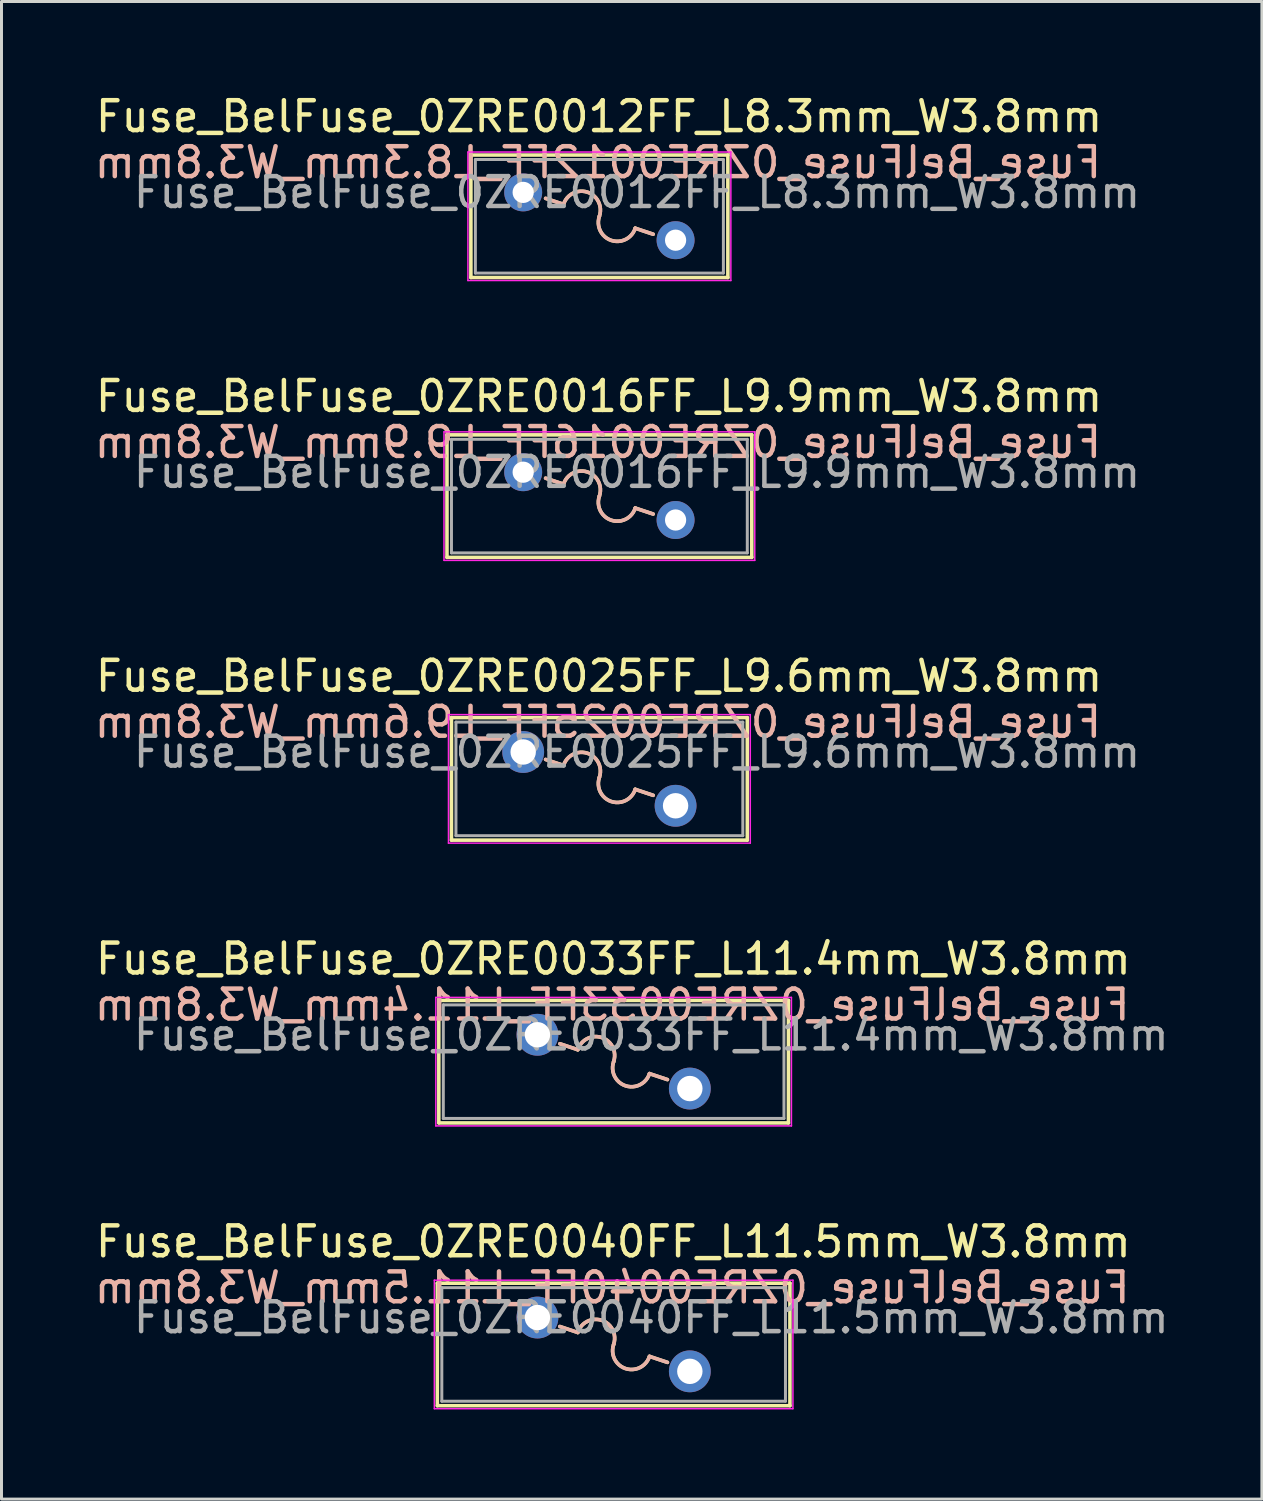
<source format=kicad_pcb>
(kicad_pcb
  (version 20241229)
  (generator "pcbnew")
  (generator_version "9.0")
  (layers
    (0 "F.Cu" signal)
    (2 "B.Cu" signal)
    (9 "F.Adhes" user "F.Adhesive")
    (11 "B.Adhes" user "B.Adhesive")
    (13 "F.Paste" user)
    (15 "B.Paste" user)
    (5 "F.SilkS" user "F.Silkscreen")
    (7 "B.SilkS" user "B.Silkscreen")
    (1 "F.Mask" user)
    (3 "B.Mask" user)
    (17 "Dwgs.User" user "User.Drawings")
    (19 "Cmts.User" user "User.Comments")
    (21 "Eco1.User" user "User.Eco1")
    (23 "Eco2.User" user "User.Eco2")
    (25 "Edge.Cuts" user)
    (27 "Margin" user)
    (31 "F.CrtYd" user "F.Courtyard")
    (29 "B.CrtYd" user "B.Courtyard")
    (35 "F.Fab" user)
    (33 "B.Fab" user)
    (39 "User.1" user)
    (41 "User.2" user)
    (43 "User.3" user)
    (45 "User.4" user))
  (footprint "Fuse_BelFuse_0ZRE0025FF_L9.6mm_W3.8mm"
    (layer "F.Cu")
    (at 14.458 22.115)
    (property "Reference" "Fuse_BelFuse_0ZRE0025FF_L9.6mm_W3.8mm" (at 2.54 -2.54 0) (layer "F.SilkS") (effects (font (size 1 1) (thickness 0.15))))
    (fp_line (start -2.4 -1.15) (end -2.4 2.95) (stroke (width 0.12) (type solid)) (layer "F.SilkS"))
    (fp_line (start -2.4 -1.15) (end 7.5 -1.15) (stroke (width 0.12) (type solid)) (layer "F.SilkS"))
    (fp_line (start -2.4 2.95) (end 7.5 2.95) (stroke (width 0.12) (type solid)) (layer "F.SilkS"))
    (fp_line (start 0.75 0.25) (end 1.35 0.45) (stroke (width 0.12) (type solid)) (layer "F.SilkS"))
    (fp_line (start 3.75 1.25) (end 4.35 1.45) (stroke (width 0.12) (type solid)) (layer "F.SilkS"))
    (fp_line (start 7.5 -1.15) (end 7.5 2.95) (stroke (width 0.12) (type solid)) (layer "F.SilkS"))
    (fp_arc (start 1.350003 0.450002) (mid 2.150001 0.050002) (end 2.550001 0.85) (stroke (width 0.12) (type solid)) (layer "F.SilkS"))
    (fp_arc (start 3.749999 1.249998) (mid 2.950001 1.649998) (end 2.550001 0.85) (stroke (width 0.12) (type solid)) (layer "F.SilkS"))
    (fp_line (start 0.75 0.25) (end 1.35 0.45) (stroke (width 0.12) (type solid)) (layer "B.SilkS"))
    (fp_line (start 3.75 1.25) (end 4.35 1.45) (stroke (width 0.12) (type solid)) (layer "B.SilkS"))
    (fp_arc (start 1.350003 0.450002) (mid 2.150001 0.050002) (end 2.550001 0.85) (stroke (width 0.12) (type solid)) (layer "B.SilkS"))
    (fp_arc (start 3.749999 1.249998) (mid 2.950001 1.649998) (end 2.550001 0.85) (stroke (width 0.12) (type solid)) (layer "B.SilkS"))
    (fp_line (start -2.5 -1.25) (end -2.5 3.05) (stroke (width 0.05) (type solid)) (layer "F.CrtYd"))
    (fp_line (start -2.5 -1.25) (end 7.6 -1.25) (stroke (width 0.05) (type solid)) (layer "F.CrtYd"))
    (fp_line (start -2.5 3.05) (end 7.6 3.05) (stroke (width 0.05) (type solid)) (layer "F.CrtYd"))
    (fp_line (start 7.6 -1.25) (end 7.6 3.05) (stroke (width 0.05) (type solid)) (layer "F.CrtYd"))
    (fp_line (start -2.25 -1) (end -2.25 2.8) (stroke (width 0.1) (type solid)) (layer "F.Fab"))
    (fp_line (start -2.25 -1) (end 7.35 -1) (stroke (width 0.1) (type solid)) (layer "F.Fab"))
    (fp_line (start -2.25 2.8) (end 7.35 2.8) (stroke (width 0.1) (type solid)) (layer "F.Fab"))
    (fp_line (start 7.35 -1) (end 7.35 2.8) (stroke (width 0.1) (type solid)) (layer "F.Fab"))
    (fp_text user "${REFERENCE}" (at 2.5 -1 0) (layer "B.SilkS") (effects (font (size 1 1) (thickness 0.15)) (justify mirror)))
    (fp_text user "${REFERENCE}" (at 3.81 0 0) (layer "F.Fab") (effects (font (size 1 1) (thickness 0.15))))
    (pad "1" thru_hole circle (at 0 0) (size 1.4 1.4) (drill 0.85) (layers "*.Cu" "*.Mask"))
    (pad "2" thru_hole circle (at 5.1 1.8) (size 1.4 1.4) (drill 0.85) (layers "*.Cu" "*.Mask")))
  (footprint "Fuse_BelFuse_0ZRE0012FF_L8.3mm_W3.8mm"
    (layer "F.Cu")
    (at 14.458 3.388)
    (property "Reference" "Fuse_BelFuse_0ZRE0012FF_L8.3mm_W3.8mm" (at 2.54 -2.54 0) (layer "F.SilkS") (effects (font (size 1 1) (thickness 0.15))))
    (fp_line (start -1.75 -1.25) (end -1.75 2.85) (stroke (width 0.12) (type solid)) (layer "F.SilkS"))
    (fp_line (start -1.75 -1.25) (end 6.85 -1.25) (stroke (width 0.12) (type solid)) (layer "F.SilkS"))
    (fp_line (start -1.75 2.85) (end 6.85 2.85) (stroke (width 0.12) (type solid)) (layer "F.SilkS"))
    (fp_line (start 0.75 0.2) (end 1.35 0.4) (stroke (width 0.12) (type solid)) (layer "F.SilkS"))
    (fp_line (start 3.75 1.2) (end 4.35 1.4) (stroke (width 0.12) (type solid)) (layer "F.SilkS"))
    (fp_line (start 6.85 -1.25) (end 6.85 2.85) (stroke (width 0.12) (type solid)) (layer "F.SilkS"))
    (fp_arc (start 1.350003 0.400002) (mid 2.150001 0.000002) (end 2.550001 0.8) (stroke (width 0.12) (type solid)) (layer "F.SilkS"))
    (fp_arc (start 3.749999 1.199998) (mid 2.950001 1.599998) (end 2.550001 0.8) (stroke (width 0.12) (type solid)) (layer "F.SilkS"))
    (fp_line (start 0.75 0.2) (end 1.35 0.4) (stroke (width 0.12) (type solid)) (layer "B.SilkS"))
    (fp_line (start 3.75 1.2) (end 4.35 1.4) (stroke (width 0.12) (type solid)) (layer "B.SilkS"))
    (fp_arc (start 1.350003 0.400002) (mid 2.150001 0.000002) (end 2.550001 0.8) (stroke (width 0.12) (type solid)) (layer "B.SilkS"))
    (fp_arc (start 3.749999 1.199998) (mid 2.950001 1.599998) (end 2.550001 0.8) (stroke (width 0.12) (type solid)) (layer "B.SilkS"))
    (fp_line (start -1.85 -1.35) (end -1.85 2.95) (stroke (width 0.05) (type solid)) (layer "F.CrtYd"))
    (fp_line (start -1.85 -1.35) (end 6.95 -1.35) (stroke (width 0.05) (type solid)) (layer "F.CrtYd"))
    (fp_line (start -1.85 2.95) (end 6.95 2.95) (stroke (width 0.05) (type solid)) (layer "F.CrtYd"))
    (fp_line (start 6.95 -1.35) (end 6.95 2.95) (stroke (width 0.05) (type solid)) (layer "F.CrtYd"))
    (fp_line (start -1.6 -1.1) (end -1.6 2.7) (stroke (width 0.1) (type solid)) (layer "F.Fab"))
    (fp_line (start -1.6 -1.1) (end 6.7 -1.1) (stroke (width 0.1) (type solid)) (layer "F.Fab"))
    (fp_line (start -1.6 2.7) (end 6.7 2.7) (stroke (width 0.1) (type solid)) (layer "F.Fab"))
    (fp_line (start 6.7 -1.1) (end 6.7 2.7) (stroke (width 0.1) (type solid)) (layer "F.Fab"))
    (fp_text user "${REFERENCE}" (at 2.5 -1 0) (layer "B.SilkS") (effects (font (size 1 1) (thickness 0.15)) (justify mirror)))
    (fp_text user "${REFERENCE}" (at 3.81 0 0) (layer "F.Fab") (effects (font (size 1 1) (thickness 0.15))))
    (pad "1" thru_hole circle (at 0 0) (size 1.27 1.27) (drill 0.71) (layers "*.Cu" "*.Mask"))
    (pad "2" thru_hole circle (at 5.1 1.6) (size 1.27 1.27) (drill 0.71) (layers "*.Cu" "*.Mask")))
  (footprint "Fuse_BelFuse_0ZRE0040FF_L11.5mm_W3.8mm"
    (layer "F.Cu")
    (at 14.935 41.041)
    (property "Reference" "Fuse_BelFuse_0ZRE0040FF_L11.5mm_W3.8mm" (at 2.54 -2.54 0) (layer "F.SilkS") (effects (font (size 1 1) (thickness 0.15))))
    (fp_line (start -3.35 -1.15) (end -3.35 2.95) (stroke (width 0.12) (type solid)) (layer "F.SilkS"))
    (fp_line (start -3.35 -1.15) (end 8.45 -1.15) (stroke (width 0.12) (type solid)) (layer "F.SilkS"))
    (fp_line (start -3.35 2.95) (end 8.45 2.95) (stroke (width 0.12) (type solid)) (layer "F.SilkS"))
    (fp_line (start 0.75 0.3) (end 1.35 0.5) (stroke (width 0.12) (type solid)) (layer "F.SilkS"))
    (fp_line (start 3.75 1.3) (end 4.35 1.5) (stroke (width 0.12) (type solid)) (layer "F.SilkS"))
    (fp_line (start 8.45 -1.15) (end 8.45 2.95) (stroke (width 0.12) (type solid)) (layer "F.SilkS"))
    (fp_arc (start 1.350003 0.500002) (mid 2.150001 0.100002) (end 2.550001 0.9) (stroke (width 0.12) (type solid)) (layer "F.SilkS"))
    (fp_arc (start 3.749999 1.299998) (mid 2.950001 1.699998) (end 2.550001 0.9) (stroke (width 0.12) (type solid)) (layer "F.SilkS"))
    (fp_line (start 0.75 0.3) (end 1.35 0.5) (stroke (width 0.12) (type solid)) (layer "B.SilkS"))
    (fp_line (start 3.75 1.3) (end 4.35 1.5) (stroke (width 0.12) (type solid)) (layer "B.SilkS"))
    (fp_arc (start 1.350003 0.500002) (mid 2.150001 0.100002) (end 2.550001 0.9) (stroke (width 0.12) (type solid)) (layer "B.SilkS"))
    (fp_arc (start 3.749999 1.299998) (mid 2.950001 1.699998) (end 2.550001 0.9) (stroke (width 0.12) (type solid)) (layer "B.SilkS"))
    (fp_line (start -3.45 -1.25) (end -3.45 3.05) (stroke (width 0.05) (type solid)) (layer "F.CrtYd"))
    (fp_line (start -3.45 -1.25) (end 8.55 -1.25) (stroke (width 0.05) (type solid)) (layer "F.CrtYd"))
    (fp_line (start -3.45 3.05) (end 8.55 3.05) (stroke (width 0.05) (type solid)) (layer "F.CrtYd"))
    (fp_line (start 8.55 -1.25) (end 8.55 3.05) (stroke (width 0.05) (type solid)) (layer "F.CrtYd"))
    (fp_line (start -3.2 -1) (end -3.2 2.8) (stroke (width 0.1) (type solid)) (layer "F.Fab"))
    (fp_line (start -3.2 -1) (end 8.3 -1) (stroke (width 0.1) (type solid)) (layer "F.Fab"))
    (fp_line (start -3.2 2.8) (end 8.3 2.8) (stroke (width 0.1) (type solid)) (layer "F.Fab"))
    (fp_line (start 8.3 -1) (end 8.3 2.8) (stroke (width 0.1) (type solid)) (layer "F.Fab"))
    (fp_text user "${REFERENCE}" (at 2.5 -1 0) (layer "B.SilkS") (effects (font (size 1 1) (thickness 0.15)) (justify mirror)))
    (fp_text user "${REFERENCE}" (at 3.81 0 0) (layer "F.Fab") (effects (font (size 1 1) (thickness 0.15))))
    (pad "1" thru_hole circle (at 0 0) (size 1.4 1.4) (drill 0.85) (layers "*.Cu" "*.Mask"))
    (pad "2" thru_hole circle (at 5.1 1.8) (size 1.4 1.4) (drill 0.85) (layers "*.Cu" "*.Mask")))
  (footprint "Fuse_BelFuse_0ZRE0016FF_L9.9mm_W3.8mm"
    (layer "F.Cu")
    (at 14.458 12.752)
    (property "Reference" "Fuse_BelFuse_0ZRE0016FF_L9.9mm_W3.8mm" (at 2.54 -2.54 0) (layer "F.SilkS") (effects (font (size 1 1) (thickness 0.15))))
    (fp_line (start -2.55 -1.25) (end -2.55 2.85) (stroke (width 0.12) (type solid)) (layer "F.SilkS"))
    (fp_line (start -2.55 -1.25) (end 7.65 -1.25) (stroke (width 0.12) (type solid)) (layer "F.SilkS"))
    (fp_line (start -2.55 2.85) (end 7.65 2.85) (stroke (width 0.12) (type solid)) (layer "F.SilkS"))
    (fp_line (start 0.75 0.2) (end 1.35 0.4) (stroke (width 0.12) (type solid)) (layer "F.SilkS"))
    (fp_line (start 3.75 1.2) (end 4.35 1.4) (stroke (width 0.12) (type solid)) (layer "F.SilkS"))
    (fp_line (start 7.65 -1.25) (end 7.65 2.85) (stroke (width 0.12) (type solid)) (layer "F.SilkS"))
    (fp_arc (start 1.350003 0.400002) (mid 2.150001 0.000002) (end 2.550001 0.8) (stroke (width 0.12) (type solid)) (layer "F.SilkS"))
    (fp_arc (start 3.749999 1.199998) (mid 2.950001 1.599998) (end 2.550001 0.8) (stroke (width 0.12) (type solid)) (layer "F.SilkS"))
    (fp_line (start 0.75 0.2) (end 1.35 0.4) (stroke (width 0.12) (type solid)) (layer "B.SilkS"))
    (fp_line (start 3.75 1.2) (end 4.35 1.4) (stroke (width 0.12) (type solid)) (layer "B.SilkS"))
    (fp_arc (start 1.350003 0.400002) (mid 2.150001 0.000002) (end 2.550001 0.8) (stroke (width 0.12) (type solid)) (layer "B.SilkS"))
    (fp_arc (start 3.749999 1.199998) (mid 2.950001 1.599998) (end 2.550001 0.8) (stroke (width 0.12) (type solid)) (layer "B.SilkS"))
    (fp_line (start -2.65 -1.35) (end -2.65 2.95) (stroke (width 0.05) (type solid)) (layer "F.CrtYd"))
    (fp_line (start -2.65 -1.35) (end 7.75 -1.35) (stroke (width 0.05) (type solid)) (layer "F.CrtYd"))
    (fp_line (start -2.65 2.95) (end 7.75 2.95) (stroke (width 0.05) (type solid)) (layer "F.CrtYd"))
    (fp_line (start 7.75 -1.35) (end 7.75 2.95) (stroke (width 0.05) (type solid)) (layer "F.CrtYd"))
    (fp_line (start -2.4 -1.1) (end -2.4 2.7) (stroke (width 0.1) (type solid)) (layer "F.Fab"))
    (fp_line (start -2.4 -1.1) (end 7.5 -1.1) (stroke (width 0.1) (type solid)) (layer "F.Fab"))
    (fp_line (start -2.4 2.7) (end 7.5 2.7) (stroke (width 0.1) (type solid)) (layer "F.Fab"))
    (fp_line (start 7.5 -1.1) (end 7.5 2.7) (stroke (width 0.1) (type solid)) (layer "F.Fab"))
    (fp_text user "${REFERENCE}" (at 2.5 -1 0) (layer "B.SilkS") (effects (font (size 1 1) (thickness 0.15)) (justify mirror)))
    (fp_text user "${REFERENCE}" (at 3.81 0 0) (layer "F.Fab") (effects (font (size 1 1) (thickness 0.15))))
    (pad "1" thru_hole circle (at 0 0) (size 1.27 1.27) (drill 0.71) (layers "*.Cu" "*.Mask"))
    (pad "2" thru_hole circle (at 5.1 1.6) (size 1.27 1.27) (drill 0.71) (layers "*.Cu" "*.Mask")))
  (footprint "Fuse_BelFuse_0ZRE0033FF_L11.4mm_W3.8mm"
    (layer "F.Cu")
    (at 14.935 31.578)
    (property "Reference" "Fuse_BelFuse_0ZRE0033FF_L11.4mm_W3.8mm" (at 2.54 -2.54 0) (layer "F.SilkS") (effects (font (size 1 1) (thickness 0.15))))
    (fp_line (start -3.3 -1.15) (end -3.3 2.95) (stroke (width 0.12) (type solid)) (layer "F.SilkS"))
    (fp_line (start -3.3 -1.15) (end 8.4 -1.15) (stroke (width 0.12) (type solid)) (layer "F.SilkS"))
    (fp_line (start -3.3 2.95) (end 8.4 2.95) (stroke (width 0.12) (type solid)) (layer "F.SilkS"))
    (fp_line (start 0.75 0.3) (end 1.35 0.5) (stroke (width 0.12) (type solid)) (layer "F.SilkS"))
    (fp_line (start 3.75 1.3) (end 4.35 1.5) (stroke (width 0.12) (type solid)) (layer "F.SilkS"))
    (fp_line (start 8.4 -1.15) (end 8.4 2.95) (stroke (width 0.12) (type solid)) (layer "F.SilkS"))
    (fp_arc (start 1.350003 0.500002) (mid 2.150001 0.100002) (end 2.550001 0.9) (stroke (width 0.12) (type solid)) (layer "F.SilkS"))
    (fp_arc (start 3.749999 1.299998) (mid 2.950001 1.699998) (end 2.550001 0.9) (stroke (width 0.12) (type solid)) (layer "F.SilkS"))
    (fp_line (start 0.75 0.3) (end 1.35 0.5) (stroke (width 0.12) (type solid)) (layer "B.SilkS"))
    (fp_line (start 3.75 1.3) (end 4.35 1.5) (stroke (width 0.12) (type solid)) (layer "B.SilkS"))
    (fp_arc (start 1.350003 0.500002) (mid 2.150001 0.100002) (end 2.550001 0.9) (stroke (width 0.12) (type solid)) (layer "B.SilkS"))
    (fp_arc (start 3.749999 1.299998) (mid 2.950001 1.699998) (end 2.550001 0.9) (stroke (width 0.12) (type solid)) (layer "B.SilkS"))
    (fp_line (start -3.4 -1.25) (end -3.4 3.05) (stroke (width 0.05) (type solid)) (layer "F.CrtYd"))
    (fp_line (start -3.4 -1.25) (end 8.5 -1.25) (stroke (width 0.05) (type solid)) (layer "F.CrtYd"))
    (fp_line (start -3.4 3.05) (end 8.5 3.05) (stroke (width 0.05) (type solid)) (layer "F.CrtYd"))
    (fp_line (start 8.5 -1.25) (end 8.5 3.05) (stroke (width 0.05) (type solid)) (layer "F.CrtYd"))
    (fp_line (start -3.15 -1) (end -3.15 2.8) (stroke (width 0.1) (type solid)) (layer "F.Fab"))
    (fp_line (start -3.15 -1) (end 8.25 -1) (stroke (width 0.1) (type solid)) (layer "F.Fab"))
    (fp_line (start -3.15 2.8) (end 8.25 2.8) (stroke (width 0.1) (type solid)) (layer "F.Fab"))
    (fp_line (start 8.25 -1) (end 8.25 2.8) (stroke (width 0.1) (type solid)) (layer "F.Fab"))
    (fp_text user "${REFERENCE}" (at 2.5 -1 0) (layer "B.SilkS") (effects (font (size 1 1) (thickness 0.15)) (justify mirror)))
    (fp_text user "${REFERENCE}" (at 3.81 0 0) (layer "F.Fab") (effects (font (size 1 1) (thickness 0.15))))
    (pad "1" thru_hole circle (at 0 0) (size 1.4 1.4) (drill 0.85) (layers "*.Cu" "*.Mask"))
    (pad "2" thru_hole circle (at 5.1 1.8) (size 1.4 1.4) (drill 0.85) (layers "*.Cu" "*.Mask")))
  (gr_rect
    (start -3 -3)
    (end 39.179 47.116)
    (stroke (width 0.1) (type default))
    (fill no)
    (layer "Edge.Cuts")))
</source>
